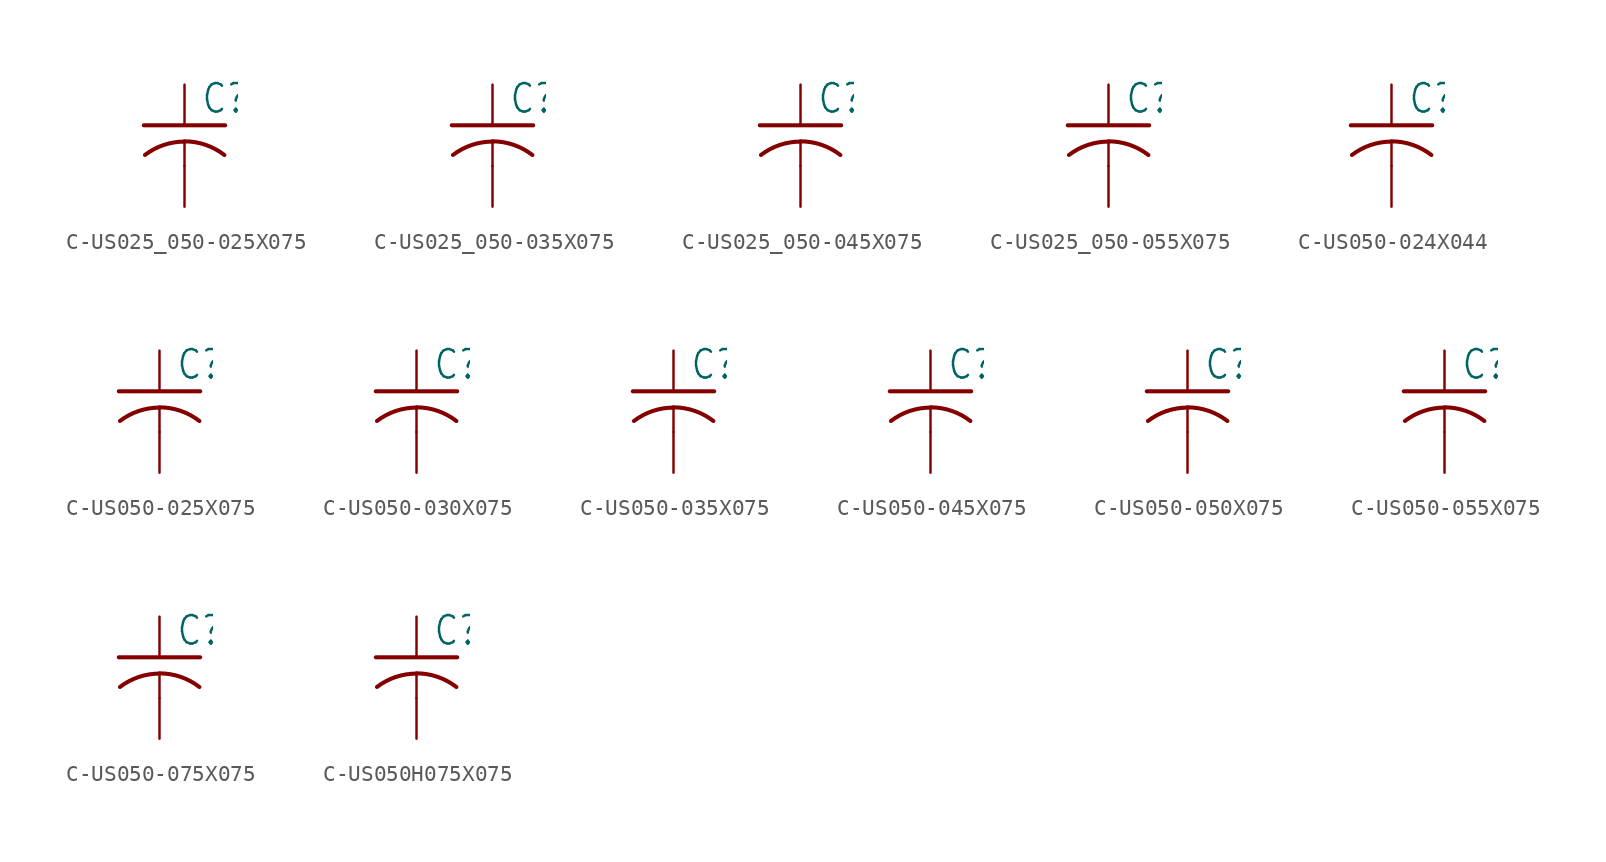
<source format=kicad_sym>
(kicad_symbol_lib
  (version 20231120)
  (generator "kicad_symbol_editor")
  (generator_version "8.0")
  (symbol "C-US025_050-025X075"
    (property "Reference" "C"
      (at 1.016 0.635 0)
      (effects (font (size 1.778 1.511)) (justify left bottom)))
    (property "Value" ""
      (at 1.016 -4.191 0)
      (effects (font (size 1.778 1.511)) (justify left bottom)))
    (property "ki_locked" ""
      (at 0 0 0)
      (effects (font (size 1.27 1.27))))
    (symbol "C-US025_050-025X075_1_0"
      (arc (start 0 -1.0161) (mid -1.302 -1.2303) (end -2.4668 -1.8504) (stroke (width 0.254) (type solid)) (fill (type none)))
      (polyline (pts (xy -2.54 0) (xy 2.54 0)) (stroke (width 0.254) (type solid)) (fill (type none)))
      (polyline (pts (xy 0 -1.016) (xy 0 -2.54)) (stroke (width 0.152) (type solid)) (fill (type none)))
      (arc (start 2.4892 -1.8541) (mid 1.3158 -1.2194) (end 0 -1) (stroke (width 0.254) (type solid)) (fill (type none)))
      (pin passive line (at 0 2.54 270) (length 2.54) (name "1" (effects (font (size 0 0)))) (number "1" (effects (font (size 0 0)))))
      (pin passive line (at 0 -5.08 90) (length 2.54) (name "2" (effects (font (size 0 0)))) (number "2" (effects (font (size 0 0)))))))
  (symbol "C-US025_050-035X075"
    (property "Reference" "C"
      (at 1.016 0.635 0)
      (effects (font (size 1.778 1.511)) (justify left bottom)))
    (property "Value" ""
      (at 1.016 -4.191 0)
      (effects (font (size 1.778 1.511)) (justify left bottom)))
    (property "ki_locked" ""
      (at 0 0 0)
      (effects (font (size 1.27 1.27))))
    (symbol "C-US025_050-035X075_1_0"
      (arc (start 0 -1.0161) (mid -1.302 -1.2303) (end -2.4668 -1.8504) (stroke (width 0.254) (type solid)) (fill (type none)))
      (polyline (pts (xy -2.54 0) (xy 2.54 0)) (stroke (width 0.254) (type solid)) (fill (type none)))
      (polyline (pts (xy 0 -1.016) (xy 0 -2.54)) (stroke (width 0.152) (type solid)) (fill (type none)))
      (arc (start 2.4892 -1.8541) (mid 1.3158 -1.2194) (end 0 -1) (stroke (width 0.254) (type solid)) (fill (type none)))
      (pin passive line (at 0 2.54 270) (length 2.54) (name "1" (effects (font (size 0 0)))) (number "1" (effects (font (size 0 0)))))
      (pin passive line (at 0 -5.08 90) (length 2.54) (name "2" (effects (font (size 0 0)))) (number "2" (effects (font (size 0 0)))))))
  (symbol "C-US025_050-045X075"
    (property "Reference" "C"
      (at 1.016 0.635 0)
      (effects (font (size 1.778 1.511)) (justify left bottom)))
    (property "Value" ""
      (at 1.016 -4.191 0)
      (effects (font (size 1.778 1.511)) (justify left bottom)))
    (property "ki_locked" ""
      (at 0 0 0)
      (effects (font (size 1.27 1.27))))
    (symbol "C-US025_050-045X075_1_0"
      (arc (start 0 -1.0161) (mid -1.302 -1.2303) (end -2.4668 -1.8504) (stroke (width 0.254) (type solid)) (fill (type none)))
      (polyline (pts (xy -2.54 0) (xy 2.54 0)) (stroke (width 0.254) (type solid)) (fill (type none)))
      (polyline (pts (xy 0 -1.016) (xy 0 -2.54)) (stroke (width 0.152) (type solid)) (fill (type none)))
      (arc (start 2.4892 -1.8541) (mid 1.3158 -1.2194) (end 0 -1) (stroke (width 0.254) (type solid)) (fill (type none)))
      (pin passive line (at 0 2.54 270) (length 2.54) (name "1" (effects (font (size 0 0)))) (number "1" (effects (font (size 0 0)))))
      (pin passive line (at 0 -5.08 90) (length 2.54) (name "2" (effects (font (size 0 0)))) (number "2" (effects (font (size 0 0)))))))
  (symbol "C-US025_050-055X075"
    (property "Reference" "C"
      (at 1.016 0.635 0)
      (effects (font (size 1.778 1.511)) (justify left bottom)))
    (property "Value" ""
      (at 1.016 -4.191 0)
      (effects (font (size 1.778 1.511)) (justify left bottom)))
    (property "ki_locked" ""
      (at 0 0 0)
      (effects (font (size 1.27 1.27))))
    (symbol "C-US025_050-055X075_1_0"
      (arc (start 0 -1.0161) (mid -1.302 -1.2303) (end -2.4668 -1.8504) (stroke (width 0.254) (type solid)) (fill (type none)))
      (polyline (pts (xy -2.54 0) (xy 2.54 0)) (stroke (width 0.254) (type solid)) (fill (type none)))
      (polyline (pts (xy 0 -1.016) (xy 0 -2.54)) (stroke (width 0.152) (type solid)) (fill (type none)))
      (arc (start 2.4892 -1.8541) (mid 1.3158 -1.2194) (end 0 -1) (stroke (width 0.254) (type solid)) (fill (type none)))
      (pin passive line (at 0 2.54 270) (length 2.54) (name "1" (effects (font (size 0 0)))) (number "1" (effects (font (size 0 0)))))
      (pin passive line (at 0 -5.08 90) (length 2.54) (name "2" (effects (font (size 0 0)))) (number "2" (effects (font (size 0 0)))))))
  (symbol "C-US050-024X044"
    (property "Reference" "C"
      (at 1.016 0.635 0)
      (effects (font (size 1.778 1.511)) (justify left bottom)))
    (property "Value" ""
      (at 1.016 -4.191 0)
      (effects (font (size 1.778 1.511)) (justify left bottom)))
    (property "ki_locked" ""
      (at 0 0 0)
      (effects (font (size 1.27 1.27))))
    (symbol "C-US050-024X044_1_0"
      (arc (start 0 -1.0161) (mid -1.302 -1.2303) (end -2.4668 -1.8504) (stroke (width 0.254) (type solid)) (fill (type none)))
      (polyline (pts (xy -2.54 0) (xy 2.54 0)) (stroke (width 0.254) (type solid)) (fill (type none)))
      (polyline (pts (xy 0 -1.016) (xy 0 -2.54)) (stroke (width 0.152) (type solid)) (fill (type none)))
      (arc (start 2.4892 -1.8541) (mid 1.3158 -1.2194) (end 0 -1) (stroke (width 0.254) (type solid)) (fill (type none)))
      (pin passive line (at 0 2.54 270) (length 2.54) (name "1" (effects (font (size 0 0)))) (number "1" (effects (font (size 0 0)))))
      (pin passive line (at 0 -5.08 90) (length 2.54) (name "2" (effects (font (size 0 0)))) (number "2" (effects (font (size 0 0)))))))
  (symbol "C-US050-025X075"
    (property "Reference" "C"
      (at 1.016 0.635 0)
      (effects (font (size 1.778 1.511)) (justify left bottom)))
    (property "Value" ""
      (at 1.016 -4.191 0)
      (effects (font (size 1.778 1.511)) (justify left bottom)))
    (property "ki_locked" ""
      (at 0 0 0)
      (effects (font (size 1.27 1.27))))
    (symbol "C-US050-025X075_1_0"
      (arc (start 0 -1.0161) (mid -1.302 -1.2303) (end -2.4668 -1.8504) (stroke (width 0.254) (type solid)) (fill (type none)))
      (polyline (pts (xy -2.54 0) (xy 2.54 0)) (stroke (width 0.254) (type solid)) (fill (type none)))
      (polyline (pts (xy 0 -1.016) (xy 0 -2.54)) (stroke (width 0.152) (type solid)) (fill (type none)))
      (arc (start 2.4892 -1.8541) (mid 1.3158 -1.2194) (end 0 -1) (stroke (width 0.254) (type solid)) (fill (type none)))
      (pin passive line (at 0 2.54 270) (length 2.54) (name "1" (effects (font (size 0 0)))) (number "1" (effects (font (size 0 0)))))
      (pin passive line (at 0 -5.08 90) (length 2.54) (name "2" (effects (font (size 0 0)))) (number "2" (effects (font (size 0 0)))))))
  (symbol "C-US050-030X075"
    (property "Reference" "C"
      (at 1.016 0.635 0)
      (effects (font (size 1.778 1.511)) (justify left bottom)))
    (property "Value" ""
      (at 1.016 -4.191 0)
      (effects (font (size 1.778 1.511)) (justify left bottom)))
    (property "ki_locked" ""
      (at 0 0 0)
      (effects (font (size 1.27 1.27))))
    (symbol "C-US050-030X075_1_0"
      (arc (start 0 -1.0161) (mid -1.302 -1.2303) (end -2.4668 -1.8504) (stroke (width 0.254) (type solid)) (fill (type none)))
      (polyline (pts (xy -2.54 0) (xy 2.54 0)) (stroke (width 0.254) (type solid)) (fill (type none)))
      (polyline (pts (xy 0 -1.016) (xy 0 -2.54)) (stroke (width 0.152) (type solid)) (fill (type none)))
      (arc (start 2.4892 -1.8541) (mid 1.3158 -1.2194) (end 0 -1) (stroke (width 0.254) (type solid)) (fill (type none)))
      (pin passive line (at 0 2.54 270) (length 2.54) (name "1" (effects (font (size 0 0)))) (number "1" (effects (font (size 0 0)))))
      (pin passive line (at 0 -5.08 90) (length 2.54) (name "2" (effects (font (size 0 0)))) (number "2" (effects (font (size 0 0)))))))
  (symbol "C-US050-035X075"
    (property "Reference" "C"
      (at 1.016 0.635 0)
      (effects (font (size 1.778 1.511)) (justify left bottom)))
    (property "Value" ""
      (at 1.016 -4.191 0)
      (effects (font (size 1.778 1.511)) (justify left bottom)))
    (property "ki_locked" ""
      (at 0 0 0)
      (effects (font (size 1.27 1.27))))
    (symbol "C-US050-035X075_1_0"
      (arc (start 0 -1.0161) (mid -1.302 -1.2303) (end -2.4668 -1.8504) (stroke (width 0.254) (type solid)) (fill (type none)))
      (polyline (pts (xy -2.54 0) (xy 2.54 0)) (stroke (width 0.254) (type solid)) (fill (type none)))
      (polyline (pts (xy 0 -1.016) (xy 0 -2.54)) (stroke (width 0.152) (type solid)) (fill (type none)))
      (arc (start 2.4892 -1.8541) (mid 1.3158 -1.2194) (end 0 -1) (stroke (width 0.254) (type solid)) (fill (type none)))
      (pin passive line (at 0 2.54 270) (length 2.54) (name "1" (effects (font (size 0 0)))) (number "1" (effects (font (size 0 0)))))
      (pin passive line (at 0 -5.08 90) (length 2.54) (name "2" (effects (font (size 0 0)))) (number "2" (effects (font (size 0 0)))))))
  (symbol "C-US050-045X075"
    (property "Reference" "C"
      (at 1.016 0.635 0)
      (effects (font (size 1.778 1.511)) (justify left bottom)))
    (property "Value" ""
      (at 1.016 -4.191 0)
      (effects (font (size 1.778 1.511)) (justify left bottom)))
    (property "ki_locked" ""
      (at 0 0 0)
      (effects (font (size 1.27 1.27))))
    (symbol "C-US050-045X075_1_0"
      (arc (start 0 -1.0161) (mid -1.302 -1.2303) (end -2.4668 -1.8504) (stroke (width 0.254) (type solid)) (fill (type none)))
      (polyline (pts (xy -2.54 0) (xy 2.54 0)) (stroke (width 0.254) (type solid)) (fill (type none)))
      (polyline (pts (xy 0 -1.016) (xy 0 -2.54)) (stroke (width 0.152) (type solid)) (fill (type none)))
      (arc (start 2.4892 -1.8541) (mid 1.3158 -1.2194) (end 0 -1) (stroke (width 0.254) (type solid)) (fill (type none)))
      (pin passive line (at 0 2.54 270) (length 2.54) (name "1" (effects (font (size 0 0)))) (number "1" (effects (font (size 0 0)))))
      (pin passive line (at 0 -5.08 90) (length 2.54) (name "2" (effects (font (size 0 0)))) (number "2" (effects (font (size 0 0)))))))
  (symbol "C-US050-050X075"
    (property "Reference" "C"
      (at 1.016 0.635 0)
      (effects (font (size 1.778 1.511)) (justify left bottom)))
    (property "Value" ""
      (at 1.016 -4.191 0)
      (effects (font (size 1.778 1.511)) (justify left bottom)))
    (property "ki_locked" ""
      (at 0 0 0)
      (effects (font (size 1.27 1.27))))
    (symbol "C-US050-050X075_1_0"
      (arc (start 0 -1.0161) (mid -1.302 -1.2303) (end -2.4668 -1.8504) (stroke (width 0.254) (type solid)) (fill (type none)))
      (polyline (pts (xy -2.54 0) (xy 2.54 0)) (stroke (width 0.254) (type solid)) (fill (type none)))
      (polyline (pts (xy 0 -1.016) (xy 0 -2.54)) (stroke (width 0.152) (type solid)) (fill (type none)))
      (arc (start 2.4892 -1.8541) (mid 1.3158 -1.2194) (end 0 -1) (stroke (width 0.254) (type solid)) (fill (type none)))
      (pin passive line (at 0 2.54 270) (length 2.54) (name "1" (effects (font (size 0 0)))) (number "1" (effects (font (size 0 0)))))
      (pin passive line (at 0 -5.08 90) (length 2.54) (name "2" (effects (font (size 0 0)))) (number "2" (effects (font (size 0 0)))))))
  (symbol "C-US050-055X075"
    (property "Reference" "C"
      (at 1.016 0.635 0)
      (effects (font (size 1.778 1.511)) (justify left bottom)))
    (property "Value" ""
      (at 1.016 -4.191 0)
      (effects (font (size 1.778 1.511)) (justify left bottom)))
    (property "ki_locked" ""
      (at 0 0 0)
      (effects (font (size 1.27 1.27))))
    (symbol "C-US050-055X075_1_0"
      (arc (start 0 -1.0161) (mid -1.302 -1.2303) (end -2.4668 -1.8504) (stroke (width 0.254) (type solid)) (fill (type none)))
      (polyline (pts (xy -2.54 0) (xy 2.54 0)) (stroke (width 0.254) (type solid)) (fill (type none)))
      (polyline (pts (xy 0 -1.016) (xy 0 -2.54)) (stroke (width 0.152) (type solid)) (fill (type none)))
      (arc (start 2.4892 -1.8541) (mid 1.3158 -1.2194) (end 0 -1) (stroke (width 0.254) (type solid)) (fill (type none)))
      (pin passive line (at 0 2.54 270) (length 2.54) (name "1" (effects (font (size 0 0)))) (number "1" (effects (font (size 0 0)))))
      (pin passive line (at 0 -5.08 90) (length 2.54) (name "2" (effects (font (size 0 0)))) (number "2" (effects (font (size 0 0)))))))
  (symbol "C-US050-075X075"
    (property "Reference" "C"
      (at 1.016 0.635 0)
      (effects (font (size 1.778 1.511)) (justify left bottom)))
    (property "Value" ""
      (at 1.016 -4.191 0)
      (effects (font (size 1.778 1.511)) (justify left bottom)))
    (property "ki_locked" ""
      (at 0 0 0)
      (effects (font (size 1.27 1.27))))
    (symbol "C-US050-075X075_1_0"
      (arc (start 0 -1.0161) (mid -1.302 -1.2303) (end -2.4668 -1.8504) (stroke (width 0.254) (type solid)) (fill (type none)))
      (polyline (pts (xy -2.54 0) (xy 2.54 0)) (stroke (width 0.254) (type solid)) (fill (type none)))
      (polyline (pts (xy 0 -1.016) (xy 0 -2.54)) (stroke (width 0.152) (type solid)) (fill (type none)))
      (arc (start 2.4892 -1.8541) (mid 1.3158 -1.2194) (end 0 -1) (stroke (width 0.254) (type solid)) (fill (type none)))
      (pin passive line (at 0 2.54 270) (length 2.54) (name "1" (effects (font (size 0 0)))) (number "1" (effects (font (size 0 0)))))
      (pin passive line (at 0 -5.08 90) (length 2.54) (name "2" (effects (font (size 0 0)))) (number "2" (effects (font (size 0 0)))))))
  (symbol "C-US050H075X075"
    (property "Reference" "C"
      (at 1.016 0.635 0)
      (effects (font (size 1.778 1.511)) (justify left bottom)))
    (property "Value" ""
      (at 1.016 -4.191 0)
      (effects (font (size 1.778 1.511)) (justify left bottom)))
    (property "ki_locked" ""
      (at 0 0 0)
      (effects (font (size 1.27 1.27))))
    (symbol "C-US050H075X075_1_0"
      (arc (start 0 -1.0161) (mid -1.302 -1.2303) (end -2.4668 -1.8504) (stroke (width 0.254) (type solid)) (fill (type none)))
      (polyline (pts (xy -2.54 0) (xy 2.54 0)) (stroke (width 0.254) (type solid)) (fill (type none)))
      (polyline (pts (xy 0 -1.016) (xy 0 -2.54)) (stroke (width 0.152) (type solid)) (fill (type none)))
      (arc (start 2.4892 -1.8541) (mid 1.3158 -1.2194) (end 0 -1) (stroke (width 0.254) (type solid)) (fill (type none)))
      (pin passive line (at 0 2.54 270) (length 2.54) (name "1" (effects (font (size 0 0)))) (number "1" (effects (font (size 0 0)))))
      (pin passive line (at 0 -5.08 90) (length 2.54) (name "2" (effects (font (size 0 0)))) (number "2" (effects (font (size 0 0))))))))
</source>
